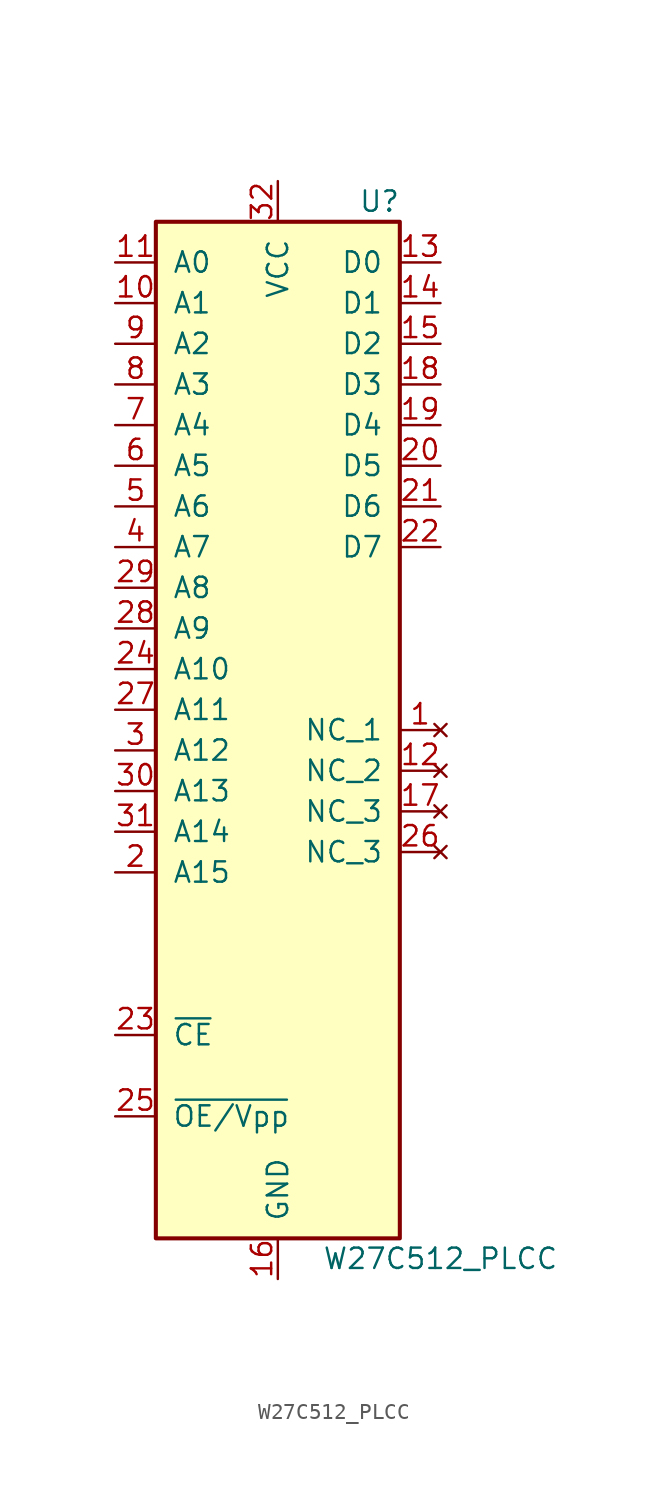
<source format=kicad_sym>
(kicad_symbol_lib
  (version 20220914)
  (generator kicad_symbol_editor)
  (symbol "W27C512_PLCC"
    (pin_names
      (offset 1.016))
    (property "Reference" "U"
      (at 6.35 33.02 0)
      (effects (font (size 1.27 1.27))))
    (property "Value" "W27C512_PLCC"
      (at 10.16 -33.02 0)
      (effects (font (size 1.27 1.27))))
    (symbol "W27C512_PLCC_1_1"
      (rectangle (start -7.62 31.75) (end 7.62 -31.75) (stroke (width 0.254) (type default)) (fill (type background)))
      (pin no_connect line (at 10.16 0 180) (length 2.54) (name "NC_1" (effects (font (size 1.27 1.27)))) (number "1" (effects (font (size 1.27 1.27)))))
      (pin input line (at -10.16 26.67 0) (length 2.54) (name "A1" (effects (font (size 1.27 1.27)))) (number "10" (effects (font (size 1.27 1.27)))))
      (pin input line (at -10.16 29.21 0) (length 2.54) (name "A0" (effects (font (size 1.27 1.27)))) (number "11" (effects (font (size 1.27 1.27)))))
      (pin no_connect line (at 10.16 -2.54 180) (length 2.54) (name "NC_2" (effects (font (size 1.27 1.27)))) (number "12" (effects (font (size 1.27 1.27)))))
      (pin tri_state line (at 10.16 29.21 180) (length 2.54) (name "D0" (effects (font (size 1.27 1.27)))) (number "13" (effects (font (size 1.27 1.27)))))
      (pin tri_state line (at 10.16 26.67 180) (length 2.54) (name "D1" (effects (font (size 1.27 1.27)))) (number "14" (effects (font (size 1.27 1.27)))))
      (pin tri_state line (at 10.16 24.13 180) (length 2.54) (name "D2" (effects (font (size 1.27 1.27)))) (number "15" (effects (font (size 1.27 1.27)))))
      (pin power_in line (at 0 -34.29 90) (length 2.54) (name "GND" (effects (font (size 1.27 1.27)))) (number "16" (effects (font (size 1.27 1.27)))))
      (pin no_connect line (at 10.16 -5.08 180) (length 2.54) (name "NC_3" (effects (font (size 1.27 1.27)))) (number "17" (effects (font (size 1.27 1.27)))))
      (pin tri_state line (at 10.16 21.59 180) (length 2.54) (name "D3" (effects (font (size 1.27 1.27)))) (number "18" (effects (font (size 1.27 1.27)))))
      (pin tri_state line (at 10.16 19.05 180) (length 2.54) (name "D4" (effects (font (size 1.27 1.27)))) (number "19" (effects (font (size 1.27 1.27)))))
      (pin input line (at -10.16 -8.89 0) (length 2.54) (name "A15" (effects (font (size 1.27 1.27)))) (number "2" (effects (font (size 1.27 1.27)))))
      (pin tri_state line (at 10.16 16.51 180) (length 2.54) (name "D5" (effects (font (size 1.27 1.27)))) (number "20" (effects (font (size 1.27 1.27)))))
      (pin tri_state line (at 10.16 13.97 180) (length 2.54) (name "D6" (effects (font (size 1.27 1.27)))) (number "21" (effects (font (size 1.27 1.27)))))
      (pin tri_state line (at 10.16 11.43 180) (length 2.54) (name "D7" (effects (font (size 1.27 1.27)))) (number "22" (effects (font (size 1.27 1.27)))))
      (pin input line (at -10.16 -19.05 0) (length 2.54) (name "~{CE}" (effects (font (size 1.27 1.27)))) (number "23" (effects (font (size 1.27 1.27)))))
      (pin input line (at -10.16 3.81 0) (length 2.54) (name "A10" (effects (font (size 1.27 1.27)))) (number "24" (effects (font (size 1.27 1.27)))))
      (pin input line (at -10.16 -24.13 0) (length 2.54) (name "~{OE/Vpp}" (effects (font (size 1.27 1.27)))) (number "25" (effects (font (size 1.27 1.27)))))
      (pin no_connect line (at 10.16 -7.62 180) (length 2.54) (name "NC_3" (effects (font (size 1.27 1.27)))) (number "26" (effects (font (size 1.27 1.27)))))
      (pin input line (at -10.16 1.27 0) (length 2.54) (name "A11" (effects (font (size 1.27 1.27)))) (number "27" (effects (font (size 1.27 1.27)))))
      (pin input line (at -10.16 6.35 0) (length 2.54) (name "A9" (effects (font (size 1.27 1.27)))) (number "28" (effects (font (size 1.27 1.27)))))
      (pin input line (at -10.16 8.89 0) (length 2.54) (name "A8" (effects (font (size 1.27 1.27)))) (number "29" (effects (font (size 1.27 1.27)))))
      (pin input line (at -10.16 -1.27 0) (length 2.54) (name "A12" (effects (font (size 1.27 1.27)))) (number "3" (effects (font (size 1.27 1.27)))))
      (pin input line (at -10.16 -3.81 0) (length 2.54) (name "A13" (effects (font (size 1.27 1.27)))) (number "30" (effects (font (size 1.27 1.27)))))
      (pin input line (at -10.16 -6.35 0) (length 2.54) (name "A14" (effects (font (size 1.27 1.27)))) (number "31" (effects (font (size 1.27 1.27)))))
      (pin power_in line (at 0 34.29 270) (length 2.54) (name "VCC" (effects (font (size 1.27 1.27)))) (number "32" (effects (font (size 1.27 1.27)))))
      (pin input line (at -10.16 11.43 0) (length 2.54) (name "A7" (effects (font (size 1.27 1.27)))) (number "4" (effects (font (size 1.27 1.27)))))
      (pin input line (at -10.16 13.97 0) (length 2.54) (name "A6" (effects (font (size 1.27 1.27)))) (number "5" (effects (font (size 1.27 1.27)))))
      (pin input line (at -10.16 16.51 0) (length 2.54) (name "A5" (effects (font (size 1.27 1.27)))) (number "6" (effects (font (size 1.27 1.27)))))
      (pin input line (at -10.16 19.05 0) (length 2.54) (name "A4" (effects (font (size 1.27 1.27)))) (number "7" (effects (font (size 1.27 1.27)))))
      (pin input line (at -10.16 21.59 0) (length 2.54) (name "A3" (effects (font (size 1.27 1.27)))) (number "8" (effects (font (size 1.27 1.27)))))
      (pin input line (at -10.16 24.13 0) (length 2.54) (name "A2" (effects (font (size 1.27 1.27)))) (number "9" (effects (font (size 1.27 1.27))))))))
</source>
